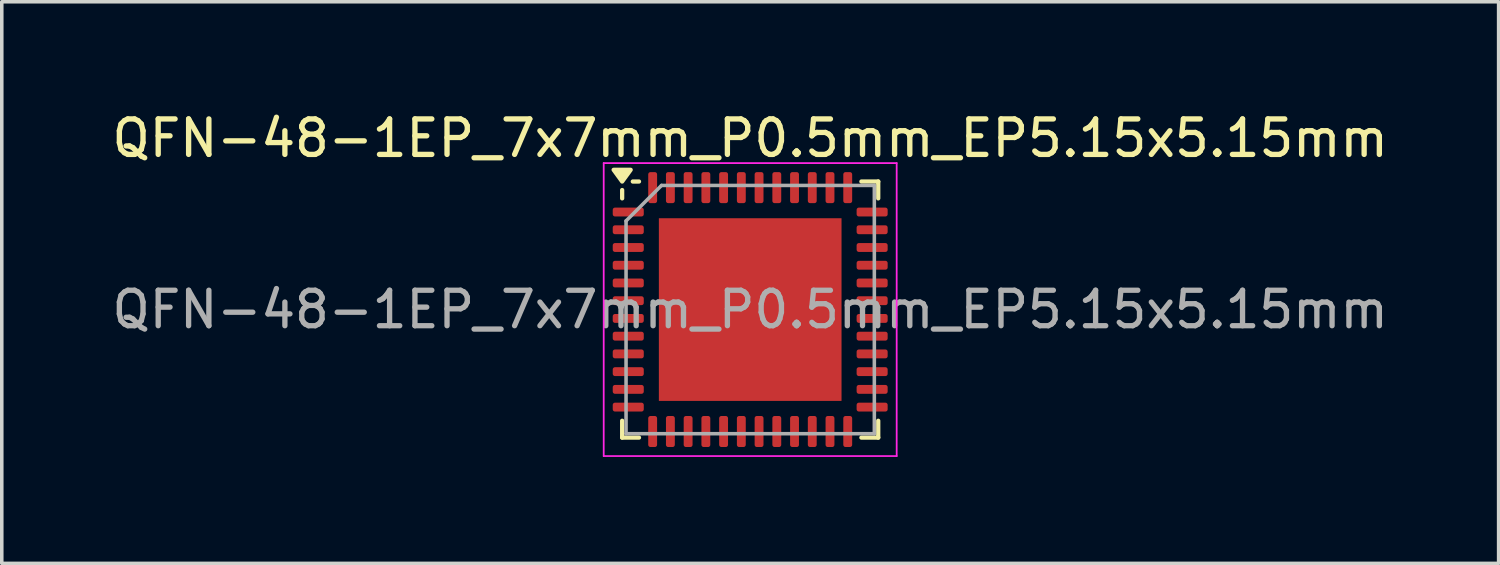
<source format=kicad_pcb>
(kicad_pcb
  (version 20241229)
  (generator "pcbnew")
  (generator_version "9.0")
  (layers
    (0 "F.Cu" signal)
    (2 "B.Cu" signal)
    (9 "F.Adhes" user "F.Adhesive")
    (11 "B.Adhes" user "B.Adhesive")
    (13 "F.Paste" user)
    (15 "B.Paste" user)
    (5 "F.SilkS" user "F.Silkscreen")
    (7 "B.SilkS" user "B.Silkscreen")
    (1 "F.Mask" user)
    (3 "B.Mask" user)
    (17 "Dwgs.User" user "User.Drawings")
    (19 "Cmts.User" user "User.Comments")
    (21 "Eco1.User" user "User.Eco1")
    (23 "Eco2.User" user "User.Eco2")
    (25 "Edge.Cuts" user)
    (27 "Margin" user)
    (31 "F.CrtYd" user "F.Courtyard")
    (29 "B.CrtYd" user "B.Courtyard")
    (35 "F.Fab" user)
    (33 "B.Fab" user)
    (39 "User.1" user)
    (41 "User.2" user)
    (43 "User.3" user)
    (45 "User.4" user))
  (footprint "QFN-48-1EP_7x7mm_P0.5mm_EP5.15x5.15mm"
    (layer "F.Cu")
    (at 18.101 5.678)
    (property "Reference" "QFN-48-1EP_7x7mm_P0.5mm_EP5.15x5.15mm" (at 0 -4.83 0) (layer "F.SilkS") (effects (font (size 1 1) (thickness 0.15))))
    (attr smd)
    (fp_line (start -3.61 -3.135) (end -3.61 -3.37) (stroke (width 0.12) (type solid)) (layer "F.SilkS"))
    (fp_line (start -3.61 3.61) (end -3.61 3.135) (stroke (width 0.12) (type solid)) (layer "F.SilkS"))
    (fp_line (start -3.135 -3.61) (end -3.31 -3.61) (stroke (width 0.12) (type solid)) (layer "F.SilkS"))
    (fp_line (start -3.135 3.61) (end -3.61 3.61) (stroke (width 0.12) (type solid)) (layer "F.SilkS"))
    (fp_line (start 3.135 -3.61) (end 3.61 -3.61) (stroke (width 0.12) (type solid)) (layer "F.SilkS"))
    (fp_line (start 3.135 3.61) (end 3.61 3.61) (stroke (width 0.12) (type solid)) (layer "F.SilkS"))
    (fp_line (start 3.61 -3.61) (end 3.61 -3.135) (stroke (width 0.12) (type solid)) (layer "F.SilkS"))
    (fp_line (start 3.61 3.61) (end 3.61 3.135) (stroke (width 0.12) (type solid)) (layer "F.SilkS"))
    (fp_poly (pts (xy -3.61 -3.61) (xy -3.85 -3.94) (xy -3.37 -3.94) (xy -3.61 -3.61)) (stroke (width 0.12) (type solid)) (fill yes) (layer "F.SilkS"))
    (fp_line (start -4.13 -4.13) (end -4.13 4.13) (stroke (width 0.05) (type solid)) (layer "F.CrtYd"))
    (fp_line (start -4.13 4.13) (end 4.13 4.13) (stroke (width 0.05) (type solid)) (layer "F.CrtYd"))
    (fp_line (start 4.13 -4.13) (end -4.13 -4.13) (stroke (width 0.05) (type solid)) (layer "F.CrtYd"))
    (fp_line (start 4.13 4.13) (end 4.13 -4.13) (stroke (width 0.05) (type solid)) (layer "F.CrtYd"))
    (fp_line (start -3.5 -2.5) (end -2.5 -3.5) (stroke (width 0.1) (type solid)) (layer "F.Fab"))
    (fp_line (start -3.5 3.5) (end -3.5 -2.5) (stroke (width 0.1) (type solid)) (layer "F.Fab"))
    (fp_line (start -2.5 -3.5) (end 3.5 -3.5) (stroke (width 0.1) (type solid)) (layer "F.Fab"))
    (fp_line (start 3.5 -3.5) (end 3.5 3.5) (stroke (width 0.1) (type solid)) (layer "F.Fab"))
    (fp_line (start 3.5 3.5) (end -3.5 3.5) (stroke (width 0.1) (type solid)) (layer "F.Fab"))
    (fp_text user "${REFERENCE}" (at 0 0 0) (layer "F.Fab") (effects (font (size 1 1) (thickness 0.15))))
    (pad "" smd roundrect (at -1.935 -1.935) (size 1.04 1.04) (layers "F.Paste") (roundrect_rratio 0.24))
    (pad "" smd roundrect (at -1.935 -0.645) (size 1.04 1.04) (layers "F.Paste") (roundrect_rratio 0.24))
    (pad "" smd roundrect (at -1.935 0.645) (size 1.04 1.04) (layers "F.Paste") (roundrect_rratio 0.24))
    (pad "" smd roundrect (at -1.935 1.935) (size 1.04 1.04) (layers "F.Paste") (roundrect_rratio 0.24))
    (pad "" smd roundrect (at -0.645 -1.935) (size 1.04 1.04) (layers "F.Paste") (roundrect_rratio 0.24))
    (pad "" smd roundrect (at -0.645 -0.645) (size 1.04 1.04) (layers "F.Paste") (roundrect_rratio 0.24))
    (pad "" smd roundrect (at -0.645 0.645) (size 1.04 1.04) (layers "F.Paste") (roundrect_rratio 0.24))
    (pad "" smd roundrect (at -0.645 1.935) (size 1.04 1.04) (layers "F.Paste") (roundrect_rratio 0.24))
    (pad "" smd roundrect (at 0.645 -1.935) (size 1.04 1.04) (layers "F.Paste") (roundrect_rratio 0.24))
    (pad "" smd roundrect (at 0.645 -0.645) (size 1.04 1.04) (layers "F.Paste") (roundrect_rratio 0.24))
    (pad "" smd roundrect (at 0.645 0.645) (size 1.04 1.04) (layers "F.Paste") (roundrect_rratio 0.24))
    (pad "" smd roundrect (at 0.645 1.935) (size 1.04 1.04) (layers "F.Paste") (roundrect_rratio 0.24))
    (pad "" smd roundrect (at 1.935 -1.935) (size 1.04 1.04) (layers "F.Paste") (roundrect_rratio 0.24))
    (pad "" smd roundrect (at 1.935 -0.645) (size 1.04 1.04) (layers "F.Paste") (roundrect_rratio 0.24))
    (pad "" smd roundrect (at 1.935 0.645) (size 1.04 1.04) (layers "F.Paste") (roundrect_rratio 0.24))
    (pad "" smd roundrect (at 1.935 1.935) (size 1.04 1.04) (layers "F.Paste") (roundrect_rratio 0.24))
    (pad "1" smd roundrect (at -3.438 -2.75) (size 0.875 0.25) (layers "F.Cu" "F.Mask" "F.Paste") (roundrect_rratio 0.25))
    (pad "2" smd roundrect (at -3.438 -2.25) (size 0.875 0.25) (layers "F.Cu" "F.Mask" "F.Paste") (roundrect_rratio 0.25))
    (pad "3" smd roundrect (at -3.438 -1.75) (size 0.875 0.25) (layers "F.Cu" "F.Mask" "F.Paste") (roundrect_rratio 0.25))
    (pad "4" smd roundrect (at -3.438 -1.25) (size 0.875 0.25) (layers "F.Cu" "F.Mask" "F.Paste") (roundrect_rratio 0.25))
    (pad "5" smd roundrect (at -3.438 -0.75) (size 0.875 0.25) (layers "F.Cu" "F.Mask" "F.Paste") (roundrect_rratio 0.25))
    (pad "6" smd roundrect (at -3.438 -0.25) (size 0.875 0.25) (layers "F.Cu" "F.Mask" "F.Paste") (roundrect_rratio 0.25))
    (pad "7" smd roundrect (at -3.438 0.25) (size 0.875 0.25) (layers "F.Cu" "F.Mask" "F.Paste") (roundrect_rratio 0.25))
    (pad "8" smd roundrect (at -3.438 0.75) (size 0.875 0.25) (layers "F.Cu" "F.Mask" "F.Paste") (roundrect_rratio 0.25))
    (pad "9" smd roundrect (at -3.438 1.25) (size 0.875 0.25) (layers "F.Cu" "F.Mask" "F.Paste") (roundrect_rratio 0.25))
    (pad "10" smd roundrect (at -3.438 1.75) (size 0.875 0.25) (layers "F.Cu" "F.Mask" "F.Paste") (roundrect_rratio 0.25))
    (pad "11" smd roundrect (at -3.438 2.25) (size 0.875 0.25) (layers "F.Cu" "F.Mask" "F.Paste") (roundrect_rratio 0.25))
    (pad "12" smd roundrect (at -3.438 2.75) (size 0.875 0.25) (layers "F.Cu" "F.Mask" "F.Paste") (roundrect_rratio 0.25))
    (pad "13" smd roundrect (at -2.75 3.438) (size 0.25 0.875) (layers "F.Cu" "F.Mask" "F.Paste") (roundrect_rratio 0.25))
    (pad "14" smd roundrect (at -2.25 3.438) (size 0.25 0.875) (layers "F.Cu" "F.Mask" "F.Paste") (roundrect_rratio 0.25))
    (pad "15" smd roundrect (at -1.75 3.438) (size 0.25 0.875) (layers "F.Cu" "F.Mask" "F.Paste") (roundrect_rratio 0.25))
    (pad "16" smd roundrect (at -1.25 3.438) (size 0.25 0.875) (layers "F.Cu" "F.Mask" "F.Paste") (roundrect_rratio 0.25))
    (pad "17" smd roundrect (at -0.75 3.438) (size 0.25 0.875) (layers "F.Cu" "F.Mask" "F.Paste") (roundrect_rratio 0.25))
    (pad "18" smd roundrect (at -0.25 3.438) (size 0.25 0.875) (layers "F.Cu" "F.Mask" "F.Paste") (roundrect_rratio 0.25))
    (pad "19" smd roundrect (at 0.25 3.438) (size 0.25 0.875) (layers "F.Cu" "F.Mask" "F.Paste") (roundrect_rratio 0.25))
    (pad "20" smd roundrect (at 0.75 3.438) (size 0.25 0.875) (layers "F.Cu" "F.Mask" "F.Paste") (roundrect_rratio 0.25))
    (pad "21" smd roundrect (at 1.25 3.438) (size 0.25 0.875) (layers "F.Cu" "F.Mask" "F.Paste") (roundrect_rratio 0.25))
    (pad "22" smd roundrect (at 1.75 3.438) (size 0.25 0.875) (layers "F.Cu" "F.Mask" "F.Paste") (roundrect_rratio 0.25))
    (pad "23" smd roundrect (at 2.25 3.438) (size 0.25 0.875) (layers "F.Cu" "F.Mask" "F.Paste") (roundrect_rratio 0.25))
    (pad "24" smd roundrect (at 2.75 3.438) (size 0.25 0.875) (layers "F.Cu" "F.Mask" "F.Paste") (roundrect_rratio 0.25))
    (pad "25" smd roundrect (at 3.438 2.75) (size 0.875 0.25) (layers "F.Cu" "F.Mask" "F.Paste") (roundrect_rratio 0.25))
    (pad "26" smd roundrect (at 3.438 2.25) (size 0.875 0.25) (layers "F.Cu" "F.Mask" "F.Paste") (roundrect_rratio 0.25))
    (pad "27" smd roundrect (at 3.438 1.75) (size 0.875 0.25) (layers "F.Cu" "F.Mask" "F.Paste") (roundrect_rratio 0.25))
    (pad "28" smd roundrect (at 3.438 1.25) (size 0.875 0.25) (layers "F.Cu" "F.Mask" "F.Paste") (roundrect_rratio 0.25))
    (pad "29" smd roundrect (at 3.438 0.75) (size 0.875 0.25) (layers "F.Cu" "F.Mask" "F.Paste") (roundrect_rratio 0.25))
    (pad "30" smd roundrect (at 3.438 0.25) (size 0.875 0.25) (layers "F.Cu" "F.Mask" "F.Paste") (roundrect_rratio 0.25))
    (pad "31" smd roundrect (at 3.438 -0.25) (size 0.875 0.25) (layers "F.Cu" "F.Mask" "F.Paste") (roundrect_rratio 0.25))
    (pad "32" smd roundrect (at 3.438 -0.75) (size 0.875 0.25) (layers "F.Cu" "F.Mask" "F.Paste") (roundrect_rratio 0.25))
    (pad "33" smd roundrect (at 3.438 -1.25) (size 0.875 0.25) (layers "F.Cu" "F.Mask" "F.Paste") (roundrect_rratio 0.25))
    (pad "34" smd roundrect (at 3.438 -1.75) (size 0.875 0.25) (layers "F.Cu" "F.Mask" "F.Paste") (roundrect_rratio 0.25))
    (pad "35" smd roundrect (at 3.438 -2.25) (size 0.875 0.25) (layers "F.Cu" "F.Mask" "F.Paste") (roundrect_rratio 0.25))
    (pad "36" smd roundrect (at 3.438 -2.75) (size 0.875 0.25) (layers "F.Cu" "F.Mask" "F.Paste") (roundrect_rratio 0.25))
    (pad "37" smd roundrect (at 2.75 -3.438) (size 0.25 0.875) (layers "F.Cu" "F.Mask" "F.Paste") (roundrect_rratio 0.25))
    (pad "38" smd roundrect (at 2.25 -3.438) (size 0.25 0.875) (layers "F.Cu" "F.Mask" "F.Paste") (roundrect_rratio 0.25))
    (pad "39" smd roundrect (at 1.75 -3.438) (size 0.25 0.875) (layers "F.Cu" "F.Mask" "F.Paste") (roundrect_rratio 0.25))
    (pad "40" smd roundrect (at 1.25 -3.438) (size 0.25 0.875) (layers "F.Cu" "F.Mask" "F.Paste") (roundrect_rratio 0.25))
    (pad "41" smd roundrect (at 0.75 -3.438) (size 0.25 0.875) (layers "F.Cu" "F.Mask" "F.Paste") (roundrect_rratio 0.25))
    (pad "42" smd roundrect (at 0.25 -3.438) (size 0.25 0.875) (layers "F.Cu" "F.Mask" "F.Paste") (roundrect_rratio 0.25))
    (pad "43" smd roundrect (at -0.25 -3.438) (size 0.25 0.875) (layers "F.Cu" "F.Mask" "F.Paste") (roundrect_rratio 0.25))
    (pad "44" smd roundrect (at -0.75 -3.438) (size 0.25 0.875) (layers "F.Cu" "F.Mask" "F.Paste") (roundrect_rratio 0.25))
    (pad "45" smd roundrect (at -1.25 -3.438) (size 0.25 0.875) (layers "F.Cu" "F.Mask" "F.Paste") (roundrect_rratio 0.25))
    (pad "46" smd roundrect (at -1.75 -3.438) (size 0.25 0.875) (layers "F.Cu" "F.Mask" "F.Paste") (roundrect_rratio 0.25))
    (pad "47" smd roundrect (at -2.25 -3.438) (size 0.25 0.875) (layers "F.Cu" "F.Mask" "F.Paste") (roundrect_rratio 0.25))
    (pad "48" smd roundrect (at -2.75 -3.438) (size 0.25 0.875) (layers "F.Cu" "F.Mask" "F.Paste") (roundrect_rratio 0.25))
    (pad "49" smd rect (at 0 0) (size 5.15 5.15) (property pad_prop_heatsink) (layers "F.Cu" "F.Mask")))
  (gr_rect
    (start -3 -3)
    (end 39.202 12.833)
    (stroke (width 0.1) (type default))
    (fill no)
    (layer "Edge.Cuts")))
</source>
